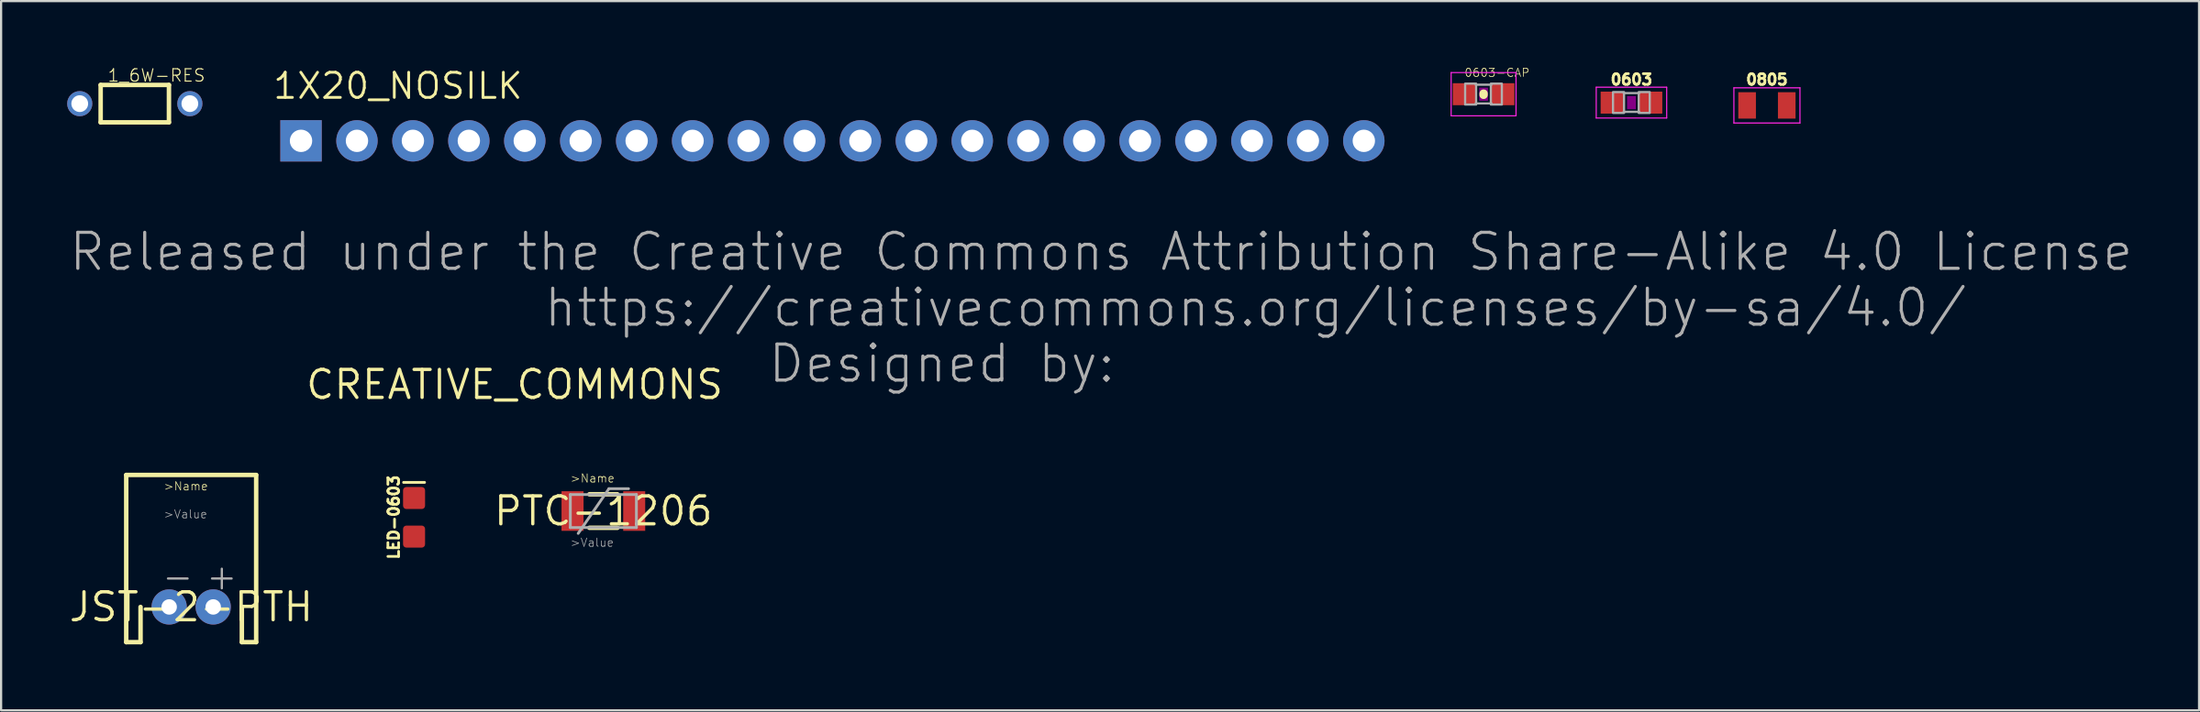
<source format=kicad_pcb>
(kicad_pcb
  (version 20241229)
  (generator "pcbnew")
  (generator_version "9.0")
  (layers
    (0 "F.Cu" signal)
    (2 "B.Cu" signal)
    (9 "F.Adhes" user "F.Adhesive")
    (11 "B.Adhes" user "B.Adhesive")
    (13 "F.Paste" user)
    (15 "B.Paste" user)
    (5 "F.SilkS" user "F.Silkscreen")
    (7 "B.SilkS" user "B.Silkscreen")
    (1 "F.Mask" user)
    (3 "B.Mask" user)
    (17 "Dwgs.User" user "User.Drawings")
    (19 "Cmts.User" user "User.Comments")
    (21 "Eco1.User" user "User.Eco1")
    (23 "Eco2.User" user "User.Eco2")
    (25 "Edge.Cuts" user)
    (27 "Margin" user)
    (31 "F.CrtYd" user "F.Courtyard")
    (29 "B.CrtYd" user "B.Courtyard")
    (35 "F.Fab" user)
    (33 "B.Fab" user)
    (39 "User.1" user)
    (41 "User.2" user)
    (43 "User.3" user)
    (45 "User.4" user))
  (footprint "0603"
    (layer "F.Cu")
    (at 71.032 1.615)
    (property "Reference" "0603" (at 0 -0.762 0) (layer "F.SilkS") (effects (font (size 0.488 0.488) (thickness 0.122)) (justify bottom)))
    (fp_poly (pts (xy -0.2 0.3) (xy 0.2 0.3) (xy 0.2 -0.3) (xy -0.2 -0.3)) (stroke (width 0) (type solid)) (fill yes) (layer "F.Adhes"))
    (fp_line (start -1.6 -0.7) (end 1.6 -0.7) (stroke (width 0.051) (type solid)) (layer "F.CrtYd"))
    (fp_line (start -1.6 0.7) (end -1.6 -0.7) (stroke (width 0.051) (type solid)) (layer "F.CrtYd"))
    (fp_line (start 1.6 -0.7) (end 1.6 0.7) (stroke (width 0.051) (type solid)) (layer "F.CrtYd"))
    (fp_line (start 1.6 0.7) (end -1.6 0.7) (stroke (width 0.051) (type solid)) (layer "F.CrtYd"))
    (fp_line (start -0.356 -0.432) (end 0.356 -0.432) (stroke (width 0.102) (type solid)) (layer "F.Fab"))
    (fp_line (start -0.356 0.419) (end 0.356 0.419) (stroke (width 0.102) (type solid)) (layer "F.Fab"))
    (fp_poly (pts (xy -0.838 0.47) (xy -0.338 0.47) (xy -0.338 -0.48) (xy -0.838 -0.48)) (stroke (width 0.1) (type solid)) (fill no) (layer "F.Fab"))
    (fp_poly (pts (xy 0.33 0.47) (xy 0.83 0.47) (xy 0.83 -0.48) (xy 0.33 -0.48)) (stroke (width 0.1) (type solid)) (fill no) (layer "F.Fab"))
    (pad "1" smd rect (at -0.85 0) (size 1.1 1) (layers "F.Cu" "F.Mask" "F.Paste"))
    (pad "2" smd rect (at 0.85 0) (size 1.1 1) (layers "F.Cu" "F.Mask" "F.Paste")))
  (footprint "1_6W-RES"
    (layer "F.Cu")
    (at 3.071 1.662)
    (property "Reference" "1_6W-RES" (at -1.266 -0.955 0) (layer "F.SilkS") (effects (font (size 0.561 0.561) (thickness 0.049)) (justify left bottom)))
    (fp_line (start -1.55 -0.85) (end -1.55 0.85) (stroke (width 0.203) (type solid)) (layer "F.SilkS"))
    (fp_line (start -1.55 0.85) (end 1.55 0.85) (stroke (width 0.203) (type solid)) (layer "F.SilkS"))
    (fp_line (start 1.55 -0.85) (end -1.55 -0.85) (stroke (width 0.203) (type solid)) (layer "F.SilkS"))
    (fp_line (start 1.55 0.85) (end 1.55 -0.85) (stroke (width 0.203) (type solid)) (layer "F.SilkS"))
    (pad "1" thru_hole circle (at -2.5 0) (size 1.143 1.143) (drill 0.762) (layers "*.Cu" "*.Mask"))
    (pad "2" thru_hole circle (at 2.5 0) (size 1.143 1.143) (drill 0.762) (layers "*.Cu" "*.Mask")))
  (footprint "0603-CAP"
    (layer "F.Cu")
    (at 64.317 1.233)
    (property "Reference" "0603-CAP" (at -0.889 -0.762 0) (layer "F.SilkS") (effects (font (size 0.374 0.374) (thickness 0.033)) (justify left bottom)))
    (fp_line (start 0 -0.028) (end 0 0.028) (stroke (width 0.381) (type solid)) (layer "F.SilkS"))
    (fp_poly (pts (xy -0.2 0.3) (xy 0.2 0.3) (xy 0.2 -0.3) (xy -0.2 -0.3)) (stroke (width 0) (type solid)) (fill yes) (layer "F.Adhes"))
    (fp_line (start -1.473 -0.983) (end 1.473 -0.983) (stroke (width 0.051) (type solid)) (layer "F.CrtYd"))
    (fp_line (start -1.473 0.983) (end -1.473 -0.983) (stroke (width 0.051) (type solid)) (layer "F.CrtYd"))
    (fp_line (start 1.473 -0.983) (end 1.473 0.983) (stroke (width 0.051) (type solid)) (layer "F.CrtYd"))
    (fp_line (start 1.473 0.983) (end -1.473 0.983) (stroke (width 0.051) (type solid)) (layer "F.CrtYd"))
    (fp_line (start -0.356 -0.432) (end 0.356 -0.432) (stroke (width 0.102) (type solid)) (layer "F.Fab"))
    (fp_line (start -0.356 0.419) (end 0.356 0.419) (stroke (width 0.102) (type solid)) (layer "F.Fab"))
    (fp_poly (pts (xy -0.838 0.47) (xy -0.338 0.47) (xy -0.338 -0.48) (xy -0.838 -0.48)) (stroke (width 0.1) (type solid)) (fill no) (layer "F.Fab"))
    (fp_poly (pts (xy 0.33 0.47) (xy 0.83 0.47) (xy 0.83 -0.48) (xy 0.33 -0.48)) (stroke (width 0.1) (type solid)) (fill no) (layer "F.Fab"))
    (pad "1" smd rect (at -0.85 0) (size 1.1 1) (layers "F.Cu" "F.Mask" "F.Paste"))
    (pad "2" smd rect (at 0.85 0) (size 1.1 1) (layers "F.Cu" "F.Mask" "F.Paste")))
  (footprint "LED-0603"
    (layer "F.Cu")
    (at 15.752 20.468)
    (property "Reference" "LED-0603" (at -0.635 0 90) (layer "F.SilkS") (effects (font (size 0.488 0.488) (thickness 0.122)) (justify bottom)))
    (fp_line (start -0.476 -1.587) (end 0.476 -1.587) (stroke (width 0.127) (type solid)) (layer "F.SilkS"))
    (pad "A" smd roundrect (at 0 0.877) (size 1 1) (layers "F.Cu" "F.Mask" "F.Paste") (roundrect_rratio 0.15))
    (pad "C" smd roundrect (at 0 -0.877) (size 1 1) (layers "F.Cu" "F.Mask" "F.Paste") (roundrect_rratio 0.15)))
  (footprint "PTC-1206"
    (layer "F.Cu")
    (at 24.348 20.183)
    (property "Reference" "PTC-1206" (at 0 0 0) (layer "F.SilkS") (effects (font (size 1.27 1.27) (thickness 0.15))))
    (fp_line (start -0.635 -0.762) (end 0.635 -0.762) (stroke (width 0.203) (type solid)) (layer "F.SilkS"))
    (fp_line (start 0.635 0.762) (end -0.635 0.762) (stroke (width 0.203) (type solid)) (layer "F.SilkS"))
    (fp_line (start -1.5 -0.75) (end 1.5 -0.75) (stroke (width 0.127) (type solid)) (layer "F.Fab"))
    (fp_line (start -1.5 0.75) (end -1.5 -0.75) (stroke (width 0.127) (type solid)) (layer "F.Fab"))
    (fp_line (start -1.143 1.016) (end 0.254 -1.016) (stroke (width 0.127) (type solid)) (layer "F.Fab"))
    (fp_line (start 0.254 -1.016) (end 1.143 -1.016) (stroke (width 0.127) (type solid)) (layer "F.Fab"))
    (fp_line (start 1.5 -0.75) (end 1.5 0.75) (stroke (width 0.127) (type solid)) (layer "F.Fab"))
    (fp_line (start 1.5 0.75) (end -1.5 0.75) (stroke (width 0.127) (type solid)) (layer "F.Fab"))
    (fp_text user ">Name" (at -1.524 -1.27 0) (layer "F.SilkS") (effects (font (size 0.374 0.374) (thickness 0.033)) (justify left bottom)))
    (fp_text user ">Value" (at -1.524 1.651 0) (layer "F.Fab") (effects (font (size 0.374 0.374) (thickness 0.033)) (justify left bottom)))
    (pad "1" smd rect (at -1.4 0) (size 1 1.8) (layers "F.Cu" "F.Mask" "F.Paste"))
    (pad "2" smd rect (at 1.4 0) (size 1 1.8) (layers "F.Cu" "F.Mask" "F.Paste")))
  (footprint "JST-2-PTH"
    (layer "F.Cu")
    (at 5.632 24.543)
    (property "Reference" "JST-2-PTH" (at 0 0 0) (layer "F.SilkS") (effects (font (size 1.27 1.27) (thickness 0.15))))
    (fp_line (start -2.95 -6) (end 2.95 -6) (stroke (width 0.203) (type solid)) (layer "F.SilkS"))
    (fp_line (start -2.95 1.6) (end -2.95 -6) (stroke (width 0.203) (type solid)) (layer "F.SilkS"))
    (fp_line (start -2.95 1.6) (end -2.3 1.6) (stroke (width 0.203) (type solid)) (layer "F.SilkS"))
    (fp_line (start -2.3 1.6) (end -2.3 0) (stroke (width 0.203) (type solid)) (layer "F.SilkS"))
    (fp_line (start 2.3 1.6) (end 2.3 0) (stroke (width 0.203) (type solid)) (layer "F.SilkS"))
    (fp_line (start 2.95 -6) (end 2.95 1.6) (stroke (width 0.203) (type solid)) (layer "F.SilkS"))
    (fp_line (start 2.95 1.6) (end 2.3 1.6) (stroke (width 0.203) (type solid)) (layer "F.SilkS"))
    (fp_text user ">Name" (at -1.27 -5.27 0) (layer "F.SilkS") (effects (font (size 0.374 0.374) (thickness 0.033)) (justify left bottom)))
    (fp_text user "-" (at -1.4 -0.7 0) (layer "F.Fab") (effects (font (size 1.168 1.168) (thickness 0.102)) (justify left bottom)))
    (fp_text user "+" (at 0.6 -0.7 0) (layer "F.Fab") (effects (font (size 1.168 1.168) (thickness 0.102)) (justify left bottom)))
    (fp_text user ">Value" (at -1.27 -4 0) (layer "F.Fab") (effects (font (size 0.374 0.374) (thickness 0.033)) (justify left bottom)))
    (pad "1" thru_hole circle (at -1 0) (size 1.6 1.6) (drill 0.7) (layers "*.Cu" "*.Mask"))
    (pad "2" thru_hole circle (at 1 0) (size 1.6 1.6) (drill 0.7) (layers "*.Cu" "*.Mask")))
  (footprint "CREATIVE_COMMONS"
    (layer "F.Cu")
    (at 20.32 14.435)
    (property "Reference" "CREATIVE_COMMONS" (at 0 0 0) (layer "F.SilkS") (effects (font (size 1.27 1.27) (thickness 0.15))))
    (fp_text user "Designed by:" (at 11.43 0 0) (layer "F.Fab") (effects (font (size 1.636 1.636) (thickness 0.142)) (justify left bottom)))
    (fp_text user " https://creativecommons.org/licenses/by-sa/4.0/" (at 0 -2.54 0) (layer "F.Fab") (effects (font (size 1.636 1.636) (thickness 0.142)) (justify left bottom)))
    (fp_text user "Released under the Creative Commons Attribution Share-Alike 4.0 License" (at -20.32 -5.08 0) (layer "F.Fab") (effects (font (size 1.636 1.636) (thickness 0.142)) (justify left bottom))))
  (footprint "0805"
    (layer "F.Cu")
    (at 77.183 1.742)
    (property "Reference" "0805" (at 0 -0.889 0) (layer "F.SilkS") (effects (font (size 0.488 0.488) (thickness 0.122)) (justify bottom)))
    (fp_line (start -1.5 -0.8) (end 1.5 -0.8) (stroke (width 0.051) (type solid)) (layer "F.CrtYd"))
    (fp_line (start -1.5 0.8) (end -1.5 -0.8) (stroke (width 0.051) (type solid)) (layer "F.CrtYd"))
    (fp_line (start 1.5 -0.8) (end 1.5 0.8) (stroke (width 0.051) (type solid)) (layer "F.CrtYd"))
    (fp_line (start 1.5 0.8) (end -1.5 0.8) (stroke (width 0.051) (type solid)) (layer "F.CrtYd"))
    (pad "1" smd rect (at -0.9 0) (size 0.8 1.2) (layers "F.Cu" "F.Mask" "F.Paste"))
    (pad "2" smd rect (at 0.9 0) (size 0.8 1.2) (layers "F.Cu" "F.Mask" "F.Paste")))
  (footprint "1X20_NOSILK"
    (layer "F.Cu")
    (at 10.619 3.353)
    (property "Reference" "1X20_NOSILK" (at -1.346 -1.829 0) (layer "F.SilkS") (effects (font (size 1.143 1.143) (thickness 0.127)) (justify left bottom)))
    (fp_poly (pts (xy -0.254 0.254) (xy 0.254 0.254) (xy 0.254 -0.254) (xy -0.254 -0.254)) (stroke (width 0.1) (type solid)) (fill no) (layer "F.Fab"))
    (fp_poly (pts (xy 2.286 0.254) (xy 2.794 0.254) (xy 2.794 -0.254) (xy 2.286 -0.254)) (stroke (width 0.1) (type solid)) (fill no) (layer "F.Fab"))
    (fp_poly (pts (xy 4.826 0.254) (xy 5.334 0.254) (xy 5.334 -0.254) (xy 4.826 -0.254)) (stroke (width 0.1) (type solid)) (fill no) (layer "F.Fab"))
    (fp_poly (pts (xy 7.366 0.254) (xy 7.874 0.254) (xy 7.874 -0.254) (xy 7.366 -0.254)) (stroke (width 0.1) (type solid)) (fill no) (layer "F.Fab"))
    (fp_poly (pts (xy 9.906 0.254) (xy 10.414 0.254) (xy 10.414 -0.254) (xy 9.906 -0.254)) (stroke (width 0.1) (type solid)) (fill no) (layer "F.Fab"))
    (fp_poly (pts (xy 12.446 0.254) (xy 12.954 0.254) (xy 12.954 -0.254) (xy 12.446 -0.254)) (stroke (width 0.1) (type solid)) (fill no) (layer "F.Fab"))
    (fp_poly (pts (xy 14.986 0.254) (xy 15.494 0.254) (xy 15.494 -0.254) (xy 14.986 -0.254)) (stroke (width 0.1) (type solid)) (fill no) (layer "F.Fab"))
    (fp_poly (pts (xy 17.526 0.254) (xy 18.034 0.254) (xy 18.034 -0.254) (xy 17.526 -0.254)) (stroke (width 0.1) (type solid)) (fill no) (layer "F.Fab"))
    (fp_poly (pts (xy 20.066 0.254) (xy 20.574 0.254) (xy 20.574 -0.254) (xy 20.066 -0.254)) (stroke (width 0.1) (type solid)) (fill no) (layer "F.Fab"))
    (fp_poly (pts (xy 22.606 0.254) (xy 23.114 0.254) (xy 23.114 -0.254) (xy 22.606 -0.254)) (stroke (width 0.1) (type solid)) (fill no) (layer "F.Fab"))
    (fp_poly (pts (xy 25.146 0.254) (xy 25.654 0.254) (xy 25.654 -0.254) (xy 25.146 -0.254)) (stroke (width 0.1) (type solid)) (fill no) (layer "F.Fab"))
    (fp_poly (pts (xy 27.686 0.254) (xy 28.194 0.254) (xy 28.194 -0.254) (xy 27.686 -0.254)) (stroke (width 0.1) (type solid)) (fill no) (layer "F.Fab"))
    (fp_poly (pts (xy 30.226 0.254) (xy 30.734 0.254) (xy 30.734 -0.254) (xy 30.226 -0.254)) (stroke (width 0.1) (type solid)) (fill no) (layer "F.Fab"))
    (fp_poly (pts (xy 32.766 0.254) (xy 33.274 0.254) (xy 33.274 -0.254) (xy 32.766 -0.254)) (stroke (width 0.1) (type solid)) (fill no) (layer "F.Fab"))
    (fp_poly (pts (xy 35.306 0.254) (xy 35.814 0.254) (xy 35.814 -0.254) (xy 35.306 -0.254)) (stroke (width 0.1) (type solid)) (fill no) (layer "F.Fab"))
    (fp_poly (pts (xy 37.846 0.254) (xy 38.354 0.254) (xy 38.354 -0.254) (xy 37.846 -0.254)) (stroke (width 0.1) (type solid)) (fill no) (layer "F.Fab"))
    (fp_poly (pts (xy 40.386 0.254) (xy 40.894 0.254) (xy 40.894 -0.254) (xy 40.386 -0.254)) (stroke (width 0.1) (type solid)) (fill no) (layer "F.Fab"))
    (fp_poly (pts (xy 42.926 0.254) (xy 43.434 0.254) (xy 43.434 -0.254) (xy 42.926 -0.254)) (stroke (width 0.1) (type solid)) (fill no) (layer "F.Fab"))
    (fp_poly (pts (xy 45.466 0.254) (xy 45.974 0.254) (xy 45.974 -0.254) (xy 45.466 -0.254)) (stroke (width 0.1) (type solid)) (fill no) (layer "F.Fab"))
    (fp_poly (pts (xy 48.006 0.254) (xy 48.514 0.254) (xy 48.514 -0.254) (xy 48.006 -0.254)) (stroke (width 0.1) (type solid)) (fill no) (layer "F.Fab"))
    (pad "1" thru_hole rect (at 0 0 90) (size 1.88 1.88) (drill 1.016) (layers "*.Cu" "*.Mask"))
    (pad "2" thru_hole circle (at 2.54 0 90) (size 1.88 1.88) (drill 1.016) (layers "*.Cu" "*.Mask"))
    (pad "3" thru_hole circle (at 5.08 0 90) (size 1.88 1.88) (drill 1.016) (layers "*.Cu" "*.Mask"))
    (pad "4" thru_hole circle (at 7.62 0 90) (size 1.88 1.88) (drill 1.016) (layers "*.Cu" "*.Mask"))
    (pad "5" thru_hole circle (at 10.16 0 90) (size 1.88 1.88) (drill 1.016) (layers "*.Cu" "*.Mask"))
    (pad "6" thru_hole circle (at 12.7 0 90) (size 1.88 1.88) (drill 1.016) (layers "*.Cu" "*.Mask"))
    (pad "7" thru_hole circle (at 15.24 0 90) (size 1.88 1.88) (drill 1.016) (layers "*.Cu" "*.Mask"))
    (pad "8" thru_hole circle (at 17.78 0 90) (size 1.88 1.88) (drill 1.016) (layers "*.Cu" "*.Mask"))
    (pad "9" thru_hole circle (at 20.32 0 90) (size 1.88 1.88) (drill 1.016) (layers "*.Cu" "*.Mask"))
    (pad "10" thru_hole circle (at 22.86 0 90) (size 1.88 1.88) (drill 1.016) (layers "*.Cu" "*.Mask"))
    (pad "11" thru_hole circle (at 25.4 0 90) (size 1.88 1.88) (drill 1.016) (layers "*.Cu" "*.Mask"))
    (pad "12" thru_hole circle (at 27.94 0 90) (size 1.88 1.88) (drill 1.016) (layers "*.Cu" "*.Mask"))
    (pad "13" thru_hole circle (at 30.48 0 90) (size 1.88 1.88) (drill 1.016) (layers "*.Cu" "*.Mask"))
    (pad "14" thru_hole circle (at 33.02 0 90) (size 1.88 1.88) (drill 1.016) (layers "*.Cu" "*.Mask"))
    (pad "15" thru_hole circle (at 35.56 0 90) (size 1.88 1.88) (drill 1.016) (layers "*.Cu" "*.Mask"))
    (pad "16" thru_hole circle (at 38.1 0 90) (size 1.88 1.88) (drill 1.016) (layers "*.Cu" "*.Mask"))
    (pad "17" thru_hole circle (at 40.64 0 90) (size 1.88 1.88) (drill 1.016) (layers "*.Cu" "*.Mask"))
    (pad "18" thru_hole circle (at 43.18 0 90) (size 1.88 1.88) (drill 1.016) (layers "*.Cu" "*.Mask"))
    (pad "19" thru_hole circle (at 45.72 0 90) (size 1.88 1.88) (drill 1.016) (layers "*.Cu" "*.Mask"))
    (pad "20" thru_hole circle (at 48.26 0 90) (size 1.88 1.88) (drill 1.016) (layers "*.Cu" "*.Mask")))
  (gr_rect
    (start -3 -3)
    (end 96.805 29.244)
    (stroke (width 0.1) (type default))
    (fill no)
    (layer "Edge.Cuts")))
</source>
